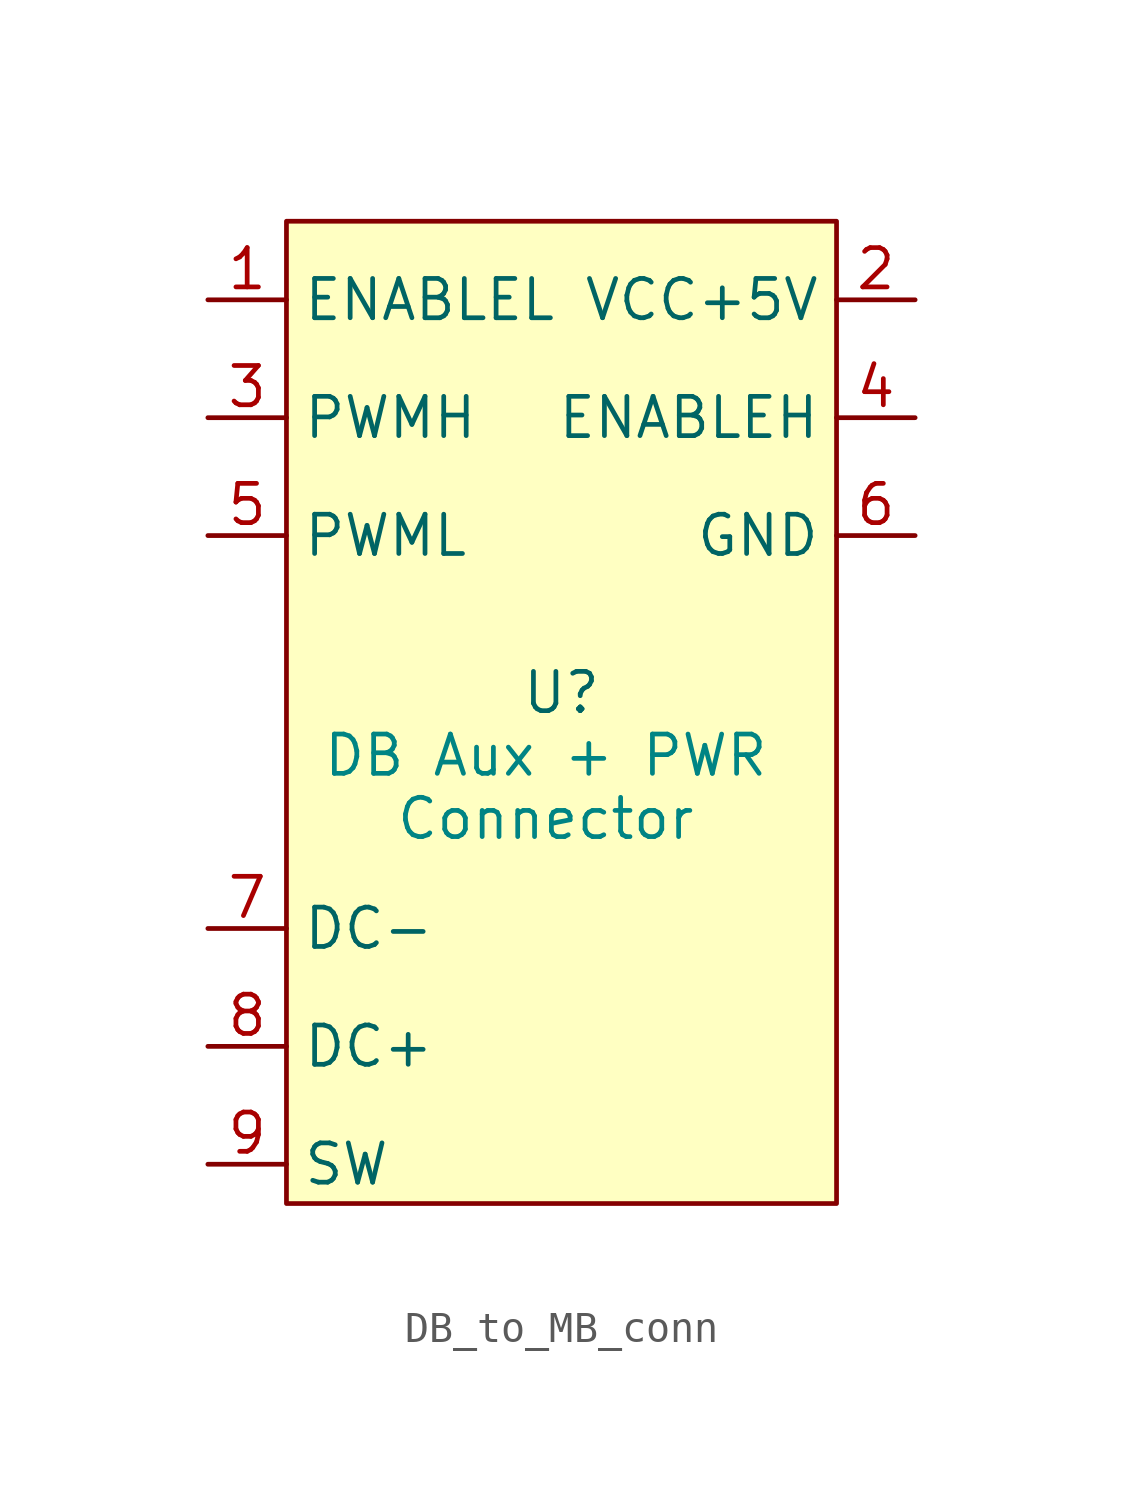
<source format=kicad_sym>
(kicad_symbol_lib
  (version 20231120)
  (generator "kicad_symbol_editor")
  (generator_version "8.0")
  (symbol "DB_to_MB_conn"
    (property "Reference" "U"
      (at 0 0 0)
      (effects (font (size 1.27 1.27))))
    (property "Value" ""
      (at 0 0 0)
      (effects (font (size 1.27 1.27))))
    (symbol "DB_to_MB_conn_1_1"
      (rectangle (start -8.89 15.24) (end 8.89 -16.51) (stroke (width 0) (type default)) (fill (type background)))
      (text "DB Aux + PWR\nConnector" (at -0.508 -3.048 0) (effects (font (size 1.27 1.27) (color 0 132 132 1))))
      (pin input line (at -11.43 12.7 0) (length 2.54) (name "ENABLEL" (effects (font (size 1.27 1.27)))) (number "1" (effects (font (size 1.27 1.27)))))
      (pin input line (at 11.43 12.7 180) (length 2.54) (name "VCC+5V" (effects (font (size 1.27 1.27)))) (number "2" (effects (font (size 1.27 1.27)))))
      (pin input line (at -11.43 8.89 0) (length 2.54) (name "PWMH" (effects (font (size 1.27 1.27)))) (number "3" (effects (font (size 1.27 1.27)))))
      (pin input line (at 11.43 8.89 180) (length 2.54) (name "ENABLEH" (effects (font (size 1.27 1.27)))) (number "4" (effects (font (size 1.27 1.27)))))
      (pin input line (at -11.43 5.08 0) (length 2.54) (name "PWML" (effects (font (size 1.27 1.27)))) (number "5" (effects (font (size 1.27 1.27)))))
      (pin input line (at 11.43 5.08 180) (length 2.54) (name "GND" (effects (font (size 1.27 1.27)))) (number "6" (effects (font (size 1.27 1.27)))))
      (pin input line (at -11.43 -7.62 0) (length 2.54) (name "DC-" (effects (font (size 1.27 1.27)))) (number "7" (effects (font (size 1.27 1.27)))))
      (pin input line (at -11.43 -11.43 0) (length 2.54) (name "DC+" (effects (font (size 1.27 1.27)))) (number "8" (effects (font (size 1.27 1.27)))))
      (pin input line (at -11.43 -15.24 0) (length 2.54) (name "SW" (effects (font (size 1.27 1.27)))) (number "9" (effects (font (size 1.27 1.27))))))))
</source>
